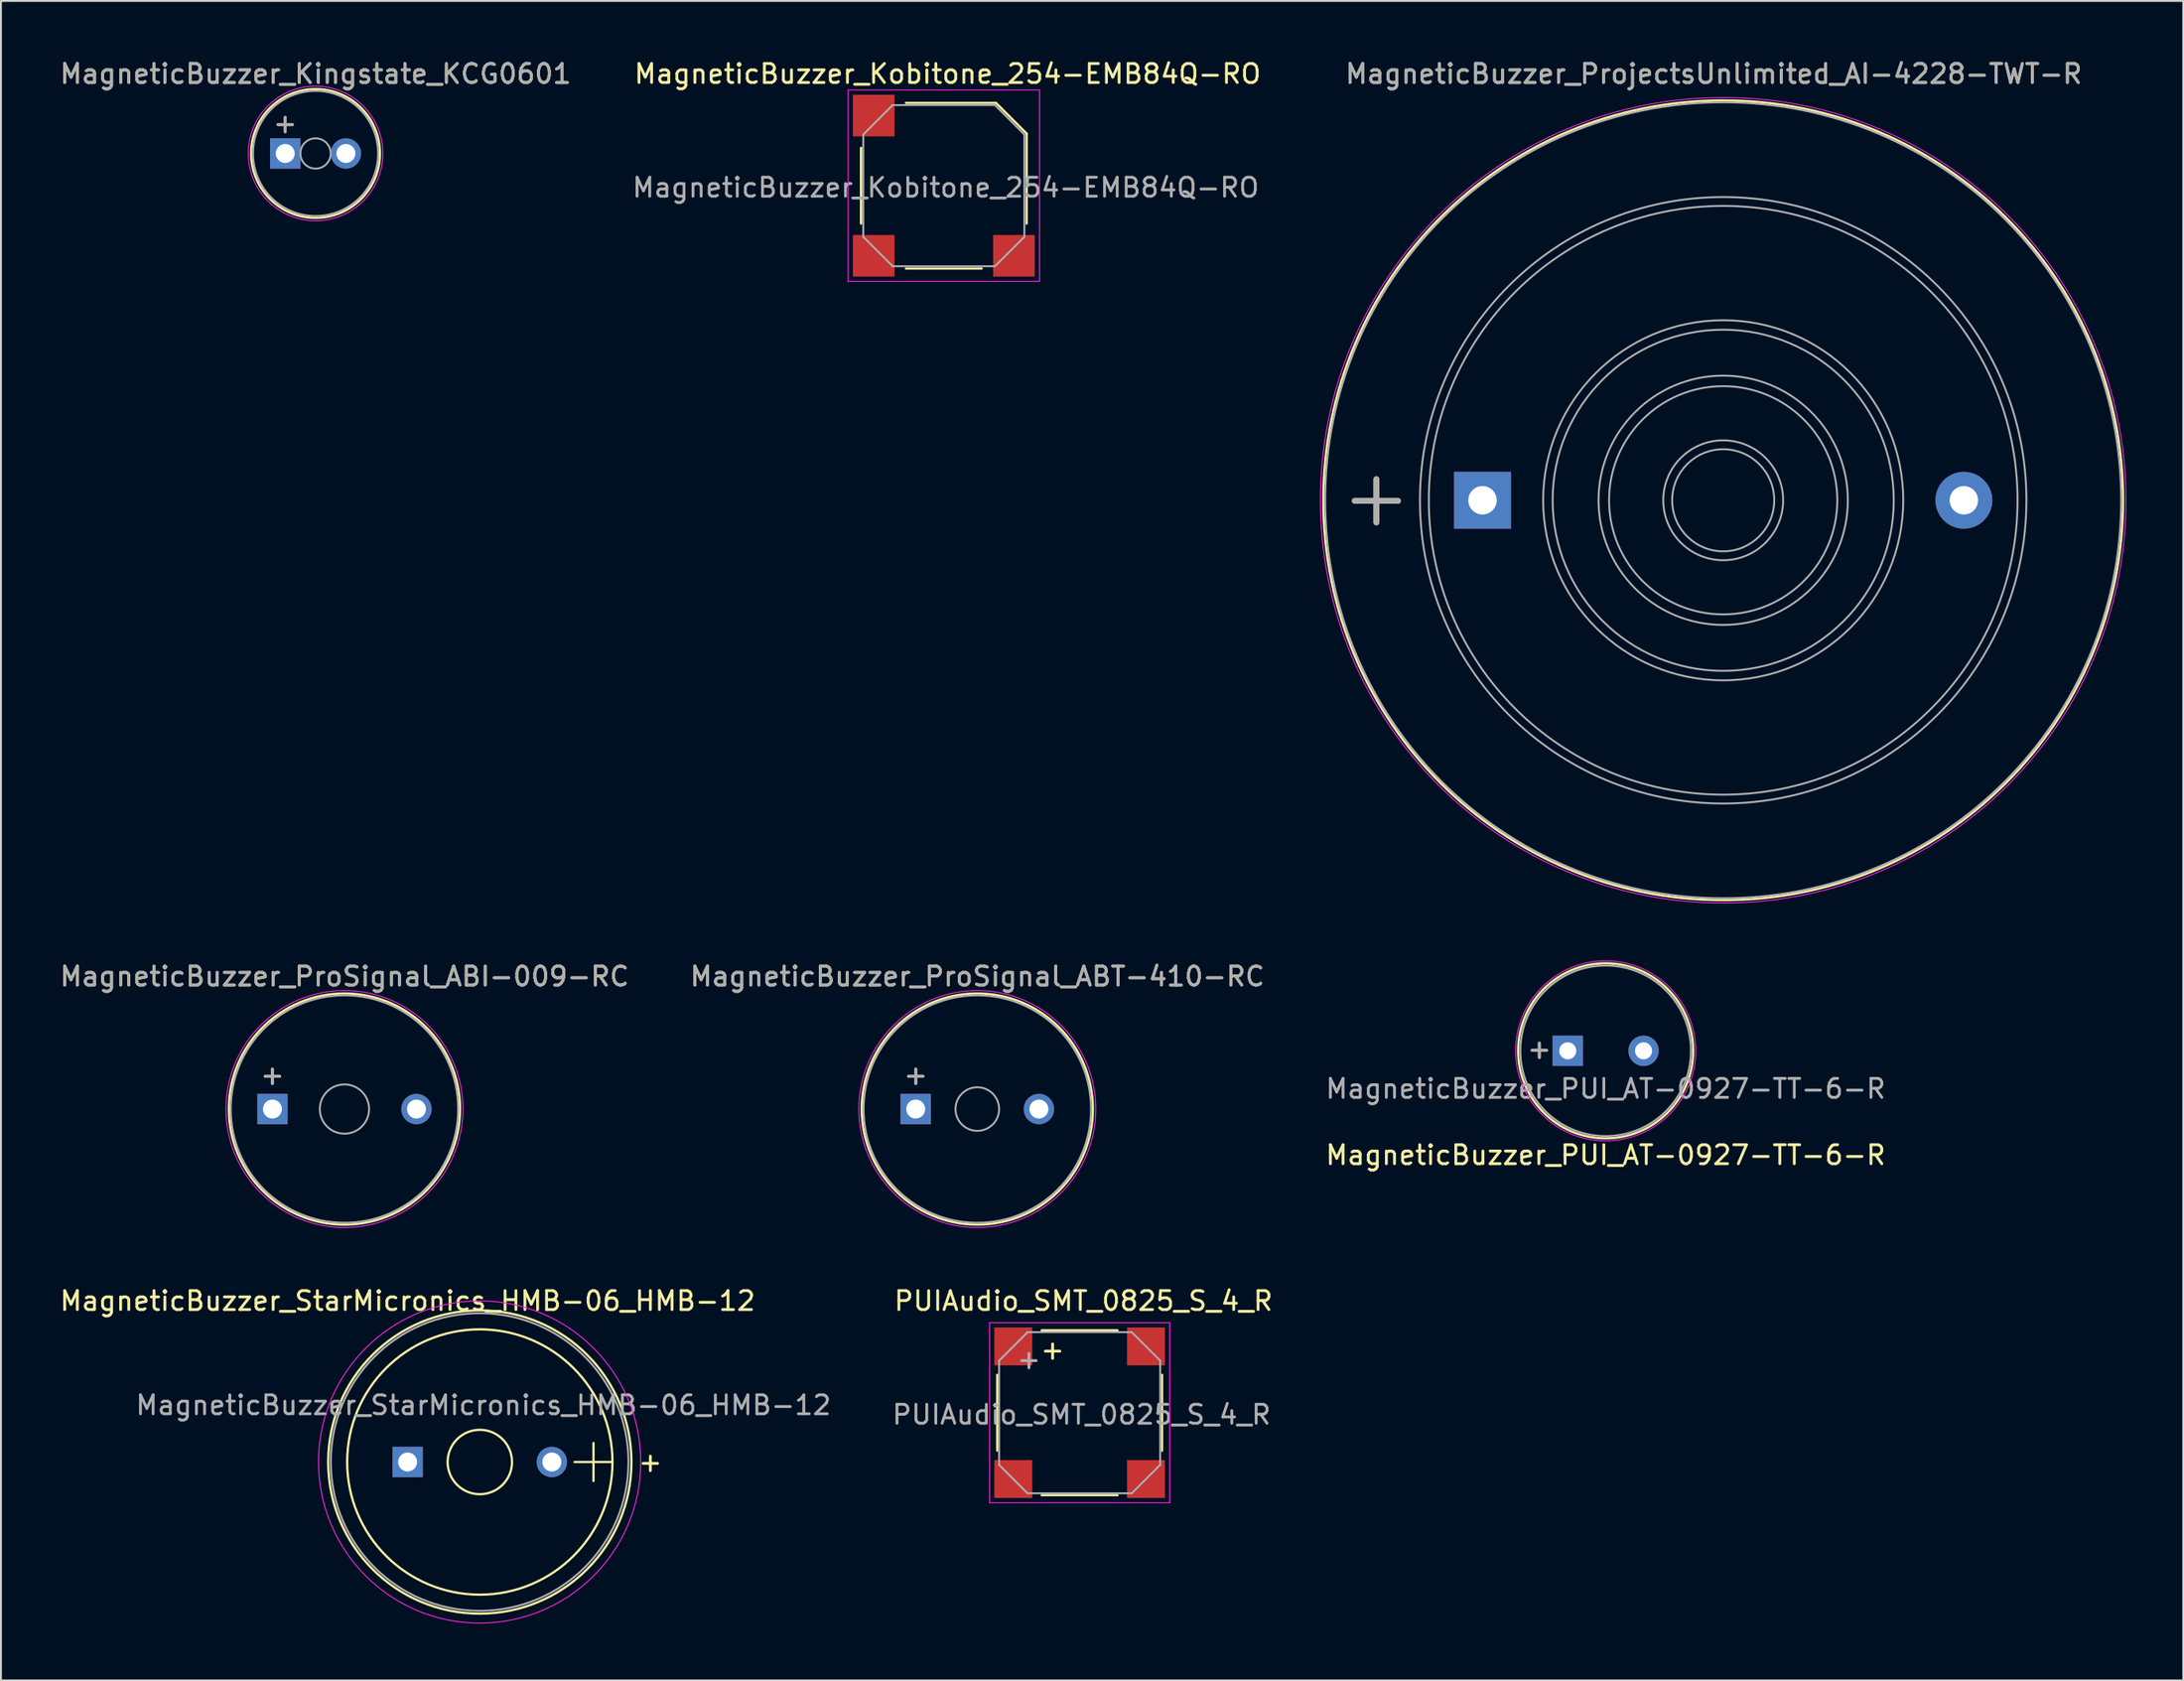
<source format=kicad_pcb>
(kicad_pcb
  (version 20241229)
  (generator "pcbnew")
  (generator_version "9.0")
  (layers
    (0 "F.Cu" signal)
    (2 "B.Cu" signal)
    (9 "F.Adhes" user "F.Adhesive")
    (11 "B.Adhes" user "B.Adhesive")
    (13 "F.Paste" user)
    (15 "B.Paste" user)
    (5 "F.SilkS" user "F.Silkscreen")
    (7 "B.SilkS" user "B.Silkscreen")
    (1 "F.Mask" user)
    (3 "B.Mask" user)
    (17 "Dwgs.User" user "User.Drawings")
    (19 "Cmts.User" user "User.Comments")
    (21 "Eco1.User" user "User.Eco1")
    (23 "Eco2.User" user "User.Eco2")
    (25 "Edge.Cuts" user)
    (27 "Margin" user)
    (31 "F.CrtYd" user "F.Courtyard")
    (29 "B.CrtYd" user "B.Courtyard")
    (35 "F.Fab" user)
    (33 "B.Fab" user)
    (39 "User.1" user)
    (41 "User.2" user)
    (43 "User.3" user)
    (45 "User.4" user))
  (footprint "MagneticBuzzer_ProjectsUnlimited_AI-4228-TWT-R"
    (layer "F.Cu")
    (at 75.175 23.348)
    (property "Reference" "MagneticBuzzer_ProjectsUnlimited_AI-4228-TWT-R" (at 12.2 -22.5 0) (layer "F.SilkS") (effects (font (size 1 1) (thickness 0.15))))
    (attr through_hole)
    (fp_circle (center 12.7 0) (end 33.8 0) (stroke (width 0.12) (type solid)) (fill no) (layer "F.SilkS"))
    (fp_circle (center 12.7 0) (end 33.95 0) (stroke (width 0.05) (type solid)) (fill no) (layer "F.CrtYd"))
    (fp_circle (center 12.7 0) (end 15.2 1) (stroke (width 0.1) (type solid)) (fill no) (layer "F.Fab"))
    (fp_circle (center 12.7 0) (end 15.7 1) (stroke (width 0.1) (type solid)) (fill no) (layer "F.Fab"))
    (fp_circle (center 12.7 0) (end 18.7 0.5) (stroke (width 0.1) (type solid)) (fill no) (layer "F.Fab"))
    (fp_circle (center 12.7 0) (end 19.2 1) (stroke (width 0.1) (type solid)) (fill no) (layer "F.Fab"))
    (fp_circle (center 12.7 0) (end 21.7 0) (stroke (width 0.1) (type solid)) (fill no) (layer "F.Fab"))
    (fp_circle (center 12.7 0) (end 22.2 0) (stroke (width 0.1) (type solid)) (fill no) (layer "F.Fab"))
    (fp_circle (center 12.7 0) (end 28.2 1) (stroke (width 0.1) (type solid)) (fill no) (layer "F.Fab"))
    (fp_circle (center 12.7 0) (end 28.7 0) (stroke (width 0.1) (type solid)) (fill no) (layer "F.Fab"))
    (fp_circle (center 12.7 0) (end 33.7 0) (stroke (width 0.1) (type solid)) (fill no) (layer "F.Fab"))
    (fp_text user "+" (at -5.6 -0.2 0) (layer "F.SilkS") (effects (font (size 3 3) (thickness 0.3))))
    (fp_text user "+" (at -5.6 -0.2 0) (layer "F.Fab") (effects (font (size 3 3) (thickness 0.3))))
    (fp_text user "${REFERENCE}" (at 12.2 -22.5 0) (layer "F.Fab") (effects (font (size 1 1) (thickness 0.15))))
    (pad "1" thru_hole rect (at 0 0) (size 3 3) (drill 1.5) (layers "*.Cu" "*.Mask"))
    (pad "2" thru_hole circle (at 25.4 0) (size 3 3) (drill 1.5) (layers "*.Cu" "*.Mask")))
  (footprint "MagneticBuzzer_PUI_AT-0927-TT-6-R"
    (layer "F.Cu")
    (at 79.673 52.398)
    (property "Reference" "MagneticBuzzer_PUI_AT-0927-TT-6-R" (at 2 5.5 0) (layer "F.SilkS") (effects (font (size 1 1) (thickness 0.15))))
    (attr through_hole)
    (fp_circle (center 2 0) (end 6.62 0) (stroke (width 0.12) (type solid)) (fill no) (layer "F.SilkS"))
    (fp_circle (center 2 0) (end 6.75 0) (stroke (width 0.05) (type solid)) (fill no) (layer "F.CrtYd"))
    (fp_circle (center 2 0) (end 6.5 0) (stroke (width 0.1) (type solid)) (fill no) (layer "F.Fab"))
    (fp_text user "+" (at -1.5 -0.1 0) (layer "F.SilkS") (effects (font (size 1 1) (thickness 0.15))))
    (fp_text user "${REFERENCE}" (at 2 2 0) (layer "F.Fab") (effects (font (size 1 1) (thickness 0.15))))
    (fp_text user "+" (at -1.5 -0.1 0) (layer "F.Fab") (effects (font (size 1 1) (thickness 0.15))))
    (pad "1" thru_hole rect (at 0 0) (size 1.6 1.6) (drill 0.9) (layers "*.Cu" "*.Mask"))
    (pad "2" thru_hole circle (at 4 0) (size 1.6 1.6) (drill 0.9) (layers "*.Cu" "*.Mask")))
  (footprint "MagneticBuzzer_ProSignal_ABT-410-RC"
    (layer "F.Cu")
    (at 45.268 55.471)
    (property "Reference" "MagneticBuzzer_ProSignal_ABT-410-RC" (at 3.25 -7 0) (layer "F.SilkS") (effects (font (size 1 1) (thickness 0.15))))
    (attr through_hole)
    (fp_circle (center 3.25 0) (end 9.35 0) (stroke (width 0.12) (type solid)) (fill no) (layer "F.SilkS"))
    (fp_circle (center 3.25 0) (end 9.5 0) (stroke (width 0.05) (type solid)) (fill no) (layer "F.CrtYd"))
    (fp_circle (center 3.25 0) (end 4.4 0) (stroke (width 0.1) (type solid)) (fill no) (layer "F.Fab"))
    (fp_circle (center 3.25 0) (end 9.25 0) (stroke (width 0.1) (type solid)) (fill no) (layer "F.Fab"))
    (fp_text user "+" (at 0 -1.8 0) (layer "F.SilkS") (effects (font (size 1 1) (thickness 0.15))))
    (fp_text user "${REFERENCE}" (at 3.25 -7 0) (layer "F.Fab") (effects (font (size 1 1) (thickness 0.15))))
    (fp_text user "+" (at 0 -1.8 0) (layer "F.Fab") (effects (font (size 1 1) (thickness 0.15))))
    (pad "1" thru_hole rect (at 0 0) (size 1.6 1.6) (drill 1) (layers "*.Cu" "*.Mask"))
    (pad "2" thru_hole circle (at 6.5 0) (size 1.6 1.6) (drill 1) (layers "*.Cu" "*.Mask")))
  (footprint "PUIAudio_SMT_0825_S_4_R"
    (layer "F.Cu")
    (at 53.918 71.495)
    (property "Reference" "PUIAudio_SMT_0825_S_4_R" (at 0.2 -5.9 0) (layer "F.SilkS") (effects (font (size 1 1) (thickness 0.15))))
    (attr smd)
    (fp_line (start -4.35 -2) (end -4.35 2) (stroke (width 0.12) (type solid)) (layer "F.SilkS"))
    (fp_line (start -2 4.35) (end 2 4.35) (stroke (width 0.12) (type solid)) (layer "F.SilkS"))
    (fp_line (start 2 -4.35) (end -2 -4.35) (stroke (width 0.12) (type solid)) (layer "F.SilkS"))
    (fp_line (start 4.35 2) (end 4.35 -2) (stroke (width 0.12) (type solid)) (layer "F.SilkS"))
    (fp_line (start -4.75 -4.75) (end 4.75 -4.75) (stroke (width 0.05) (type solid)) (layer "F.CrtYd"))
    (fp_line (start -4.75 4.75) (end -4.75 -4.75) (stroke (width 0.05) (type solid)) (layer "F.CrtYd"))
    (fp_line (start 4.75 -4.75) (end 4.75 4.75) (stroke (width 0.05) (type solid)) (layer "F.CrtYd"))
    (fp_line (start 4.75 4.75) (end -4.75 4.75) (stroke (width 0.05) (type solid)) (layer "F.CrtYd"))
    (fp_line (start -4.25 -2.75) (end -2.75 -4.25) (stroke (width 0.1) (type solid)) (layer "F.Fab"))
    (fp_line (start -4.25 2.75) (end -4.25 -2.75) (stroke (width 0.1) (type solid)) (layer "F.Fab"))
    (fp_line (start -2.75 -4.25) (end 2.75 -4.25) (stroke (width 0.1) (type solid)) (layer "F.Fab"))
    (fp_line (start -2.75 4.25) (end -4.25 2.75) (stroke (width 0.1) (type solid)) (layer "F.Fab"))
    (fp_line (start 2.75 -4.25) (end 4.25 -2.75) (stroke (width 0.1) (type solid)) (layer "F.Fab"))
    (fp_line (start 2.75 4.25) (end -2.75 4.25) (stroke (width 0.1) (type solid)) (layer "F.Fab"))
    (fp_line (start 4.25 -2.75) (end 4.25 2.75) (stroke (width 0.1) (type solid)) (layer "F.Fab"))
    (fp_line (start 4.25 2.75) (end 2.75 4.25) (stroke (width 0.1) (type solid)) (layer "F.Fab"))
    (fp_text user "+" (at -1.5 -3.25 270) (layer "F.SilkS") (effects (font (size 1 1) (thickness 0.15))))
    (fp_text user "${REFERENCE}" (at 0.1 0.1 0) (layer "F.Fab") (effects (font (size 1 1) (thickness 0.15))))
    (fp_text user "+" (at -2.75 -2.75 270) (layer "F.Fab") (effects (font (size 1 1) (thickness 0.15))))
    (pad "1" smd rect (at -3.5 -3.5 270) (size 2 2) (layers "F.Cu" "F.Mask" "F.Paste"))
    (pad "2" smd rect (at -3.5 3.5 270) (size 2 2) (layers "F.Cu" "F.Mask" "F.Paste"))
    (pad "3" smd rect (at 3.5 3.5 270) (size 2 2) (layers "F.Cu" "F.Mask" "F.Paste"))
    (pad "4" smd rect (at 3.5 -3.5 270) (size 2 2) (layers "F.Cu" "F.Mask" "F.Paste")))
  (footprint "MagneticBuzzer_ProSignal_ABI-009-RC"
    (layer "F.Cu")
    (at 11.325 55.471)
    (property "Reference" "MagneticBuzzer_ProSignal_ABI-009-RC" (at 3.8 -7 0) (layer "F.SilkS") (effects (font (size 1 1) (thickness 0.15))))
    (attr through_hole)
    (fp_circle (center 3.8 0) (end 9.9 0) (stroke (width 0.12) (type solid)) (fill no) (layer "F.SilkS"))
    (fp_circle (center 3.8 0) (end 10.05 0) (stroke (width 0.05) (type solid)) (fill no) (layer "F.CrtYd"))
    (fp_circle (center 3.8 0) (end 5.1 0) (stroke (width 0.1) (type solid)) (fill no) (layer "F.Fab"))
    (fp_circle (center 3.8 0) (end 9.8 0) (stroke (width 0.1) (type solid)) (fill no) (layer "F.Fab"))
    (fp_text user "+" (at 0 -1.8 0) (layer "F.SilkS") (effects (font (size 1 1) (thickness 0.15))))
    (fp_text user "${REFERENCE}" (at 3.8 -7 0) (layer "F.Fab") (effects (font (size 1 1) (thickness 0.15))))
    (fp_text user "+" (at 0 -1.8 0) (layer "F.Fab") (effects (font (size 1 1) (thickness 0.15))))
    (pad "1" thru_hole rect (at 0 0) (size 1.6 1.6) (drill 1) (layers "*.Cu" "*.Mask"))
    (pad "2" thru_hole circle (at 7.6 0) (size 1.6 1.6) (drill 1) (layers "*.Cu" "*.Mask")))
  (footprint "MagneticBuzzer_StarMicronics_HMB-06_HMB-12"
    (layer "F.Cu")
    (at 18.458 74.095)
    (property "Reference" "MagneticBuzzer_StarMicronics_HMB-06_HMB-12" (at 0 -8.5 0) (layer "F.SilkS") (effects (font (size 1 1) (thickness 0.15))))
    (attr through_hole)
    (fp_line (start 8.811 0) (end 10.81 0) (stroke (width 0.12) (type solid)) (layer "F.SilkS"))
    (fp_line (start 9.809 -1.001) (end 9.809 1.001) (stroke (width 0.12) (type solid)) (layer "F.SilkS"))
    (fp_circle (center 3.81 0) (end 5.509 0) (stroke (width 0.12) (type solid)) (fill no) (layer "F.SilkS"))
    (fp_circle (center 3.81 0) (end 10.81 0) (stroke (width 0.12) (type solid)) (fill no) (layer "F.SilkS"))
    (fp_circle (center 3.81 0) (end 11.811 0) (stroke (width 0.12) (type solid)) (fill no) (layer "F.SilkS"))
    (fp_circle (center 3.8 0) (end 12.3 0) (stroke (width 0.05) (type solid)) (fill no) (layer "F.CrtYd"))
    (fp_circle (center 3.8 0) (end 11.6 -0.9) (stroke (width 0.1) (type solid)) (fill no) (layer "F.Fab"))
    (fp_text user "+" (at 12.809 0 0) (layer "F.SilkS") (effects (font (size 1 1) (thickness 0.15))))
    (fp_text user "${REFERENCE}" (at 4 -3 0) (layer "F.Fab") (effects (font (size 1 1) (thickness 0.15))))
    (pad "1" thru_hole rect (at 0 0) (size 1.6 1.6) (drill 1.001) (layers "*.Cu" "*.Mask"))
    (pad "2" thru_hole circle (at 7.61 0) (size 1.6 1.6) (drill 1.001) (layers "*.Cu" "*.Mask")))
  (footprint "MagneticBuzzer_Kingstate_KCG0601"
    (layer "F.Cu")
    (at 12.001 5.048)
    (property "Reference" "MagneticBuzzer_Kingstate_KCG0601" (at 1.6 -4.2 0) (layer "F.SilkS") (effects (font (size 1 1) (thickness 0.15))))
    (attr through_hole)
    (fp_circle (center 1.6 0) (end 5 0) (stroke (width 0.12) (type solid)) (fill no) (layer "F.SilkS"))
    (fp_circle (center 1.6 0) (end 5.15 0) (stroke (width 0.05) (type solid)) (fill no) (layer "F.CrtYd"))
    (fp_circle (center 1.6 0) (end 2.4 0) (stroke (width 0.1) (type solid)) (fill no) (layer "F.Fab"))
    (fp_circle (center 1.6 0) (end 4.9 0) (stroke (width 0.1) (type solid)) (fill no) (layer "F.Fab"))
    (fp_text user "+" (at 0 -1.6 0) (layer "F.SilkS") (effects (font (size 1 1) (thickness 0.15))))
    (fp_text user "${REFERENCE}" (at 1.6 -4.2 0) (layer "F.Fab") (effects (font (size 1 1) (thickness 0.15))))
    (fp_text user "+" (at 0 -1.6 0) (layer "F.Fab") (effects (font (size 1 1) (thickness 0.15))))
    (pad "1" thru_hole rect (at 0 0) (size 1.6 1.6) (drill 1) (layers "*.Cu" "*.Mask"))
    (pad "2" thru_hole circle (at 3.2 0) (size 1.6 1.6) (drill 1) (layers "*.Cu" "*.Mask")))
  (footprint "MagneticBuzzer_Kobitone_254-EMB84Q-RO"
    (layer "F.Cu")
    (at 46.751 6.748)
    (property "Reference" "MagneticBuzzer_Kobitone_254-EMB84Q-RO" (at 0.2 -5.9 0) (layer "F.SilkS") (effects (font (size 1 1) (thickness 0.15))))
    (attr smd)
    (fp_line (start -4.37 -2) (end -4.37 2) (stroke (width 0.12) (type solid)) (layer "F.SilkS"))
    (fp_line (start -2 4.37) (end 2 4.37) (stroke (width 0.12) (type solid)) (layer "F.SilkS"))
    (fp_line (start 2.75 -4.37) (end -2 -4.37) (stroke (width 0.12) (type solid)) (layer "F.SilkS"))
    (fp_line (start 2.75 -4.37) (end 4.37 -2.75) (stroke (width 0.12) (type solid)) (layer "F.SilkS"))
    (fp_line (start 4.37 2) (end 4.37 -2.75) (stroke (width 0.12) (type solid)) (layer "F.SilkS"))
    (fp_line (start -5.05 -5.05) (end 5.05 -5.05) (stroke (width 0.05) (type solid)) (layer "F.CrtYd"))
    (fp_line (start -5.05 5.05) (end -5.05 -5.05) (stroke (width 0.05) (type solid)) (layer "F.CrtYd"))
    (fp_line (start 5.05 -5.05) (end 5.05 5.05) (stroke (width 0.05) (type solid)) (layer "F.CrtYd"))
    (fp_line (start 5.05 5.05) (end -5.05 5.05) (stroke (width 0.05) (type solid)) (layer "F.CrtYd"))
    (fp_line (start -4.25 -2.7) (end -2.7 -4.25) (stroke (width 0.1) (type solid)) (layer "F.Fab"))
    (fp_line (start -4.25 2.7) (end -4.25 -2.7) (stroke (width 0.1) (type solid)) (layer "F.Fab"))
    (fp_line (start -2.7 -4.25) (end 2.7 -4.25) (stroke (width 0.1) (type solid)) (layer "F.Fab"))
    (fp_line (start -2.7 4.25) (end -4.25 2.7) (stroke (width 0.1) (type solid)) (layer "F.Fab"))
    (fp_line (start 2.7 -4.25) (end 4.25 -2.7) (stroke (width 0.1) (type solid)) (layer "F.Fab"))
    (fp_line (start 2.7 4.25) (end -2.7 4.25) (stroke (width 0.1) (type solid)) (layer "F.Fab"))
    (fp_line (start 4.25 -2.7) (end 4.25 2.7) (stroke (width 0.1) (type solid)) (layer "F.Fab"))
    (fp_line (start 4.25 2.7) (end 2.7 4.25) (stroke (width 0.1) (type solid)) (layer "F.Fab"))
    (fp_text user "${REFERENCE}" (at 0.1 0.1 0) (layer "F.Fab") (effects (font (size 1 1) (thickness 0.15))))
    (pad "1" smd rect (at -3.7 -3.7 270) (size 2.195 2.195) (layers "F.Cu" "F.Mask" "F.Paste"))
    (pad "2" smd rect (at -3.7 3.7 270) (size 2.195 2.195) (layers "F.Cu" "F.Mask" "F.Paste"))
    (pad "3" smd rect (at 3.7 3.7 270) (size 2.195 2.195) (layers "F.Cu" "F.Mask" "F.Paste")))
  (gr_rect
    (start -3 -3)
    (end 112.15 85.62)
    (stroke (width 0.1) (type default))
    (fill no)
    (layer "Edge.Cuts")))
</source>
